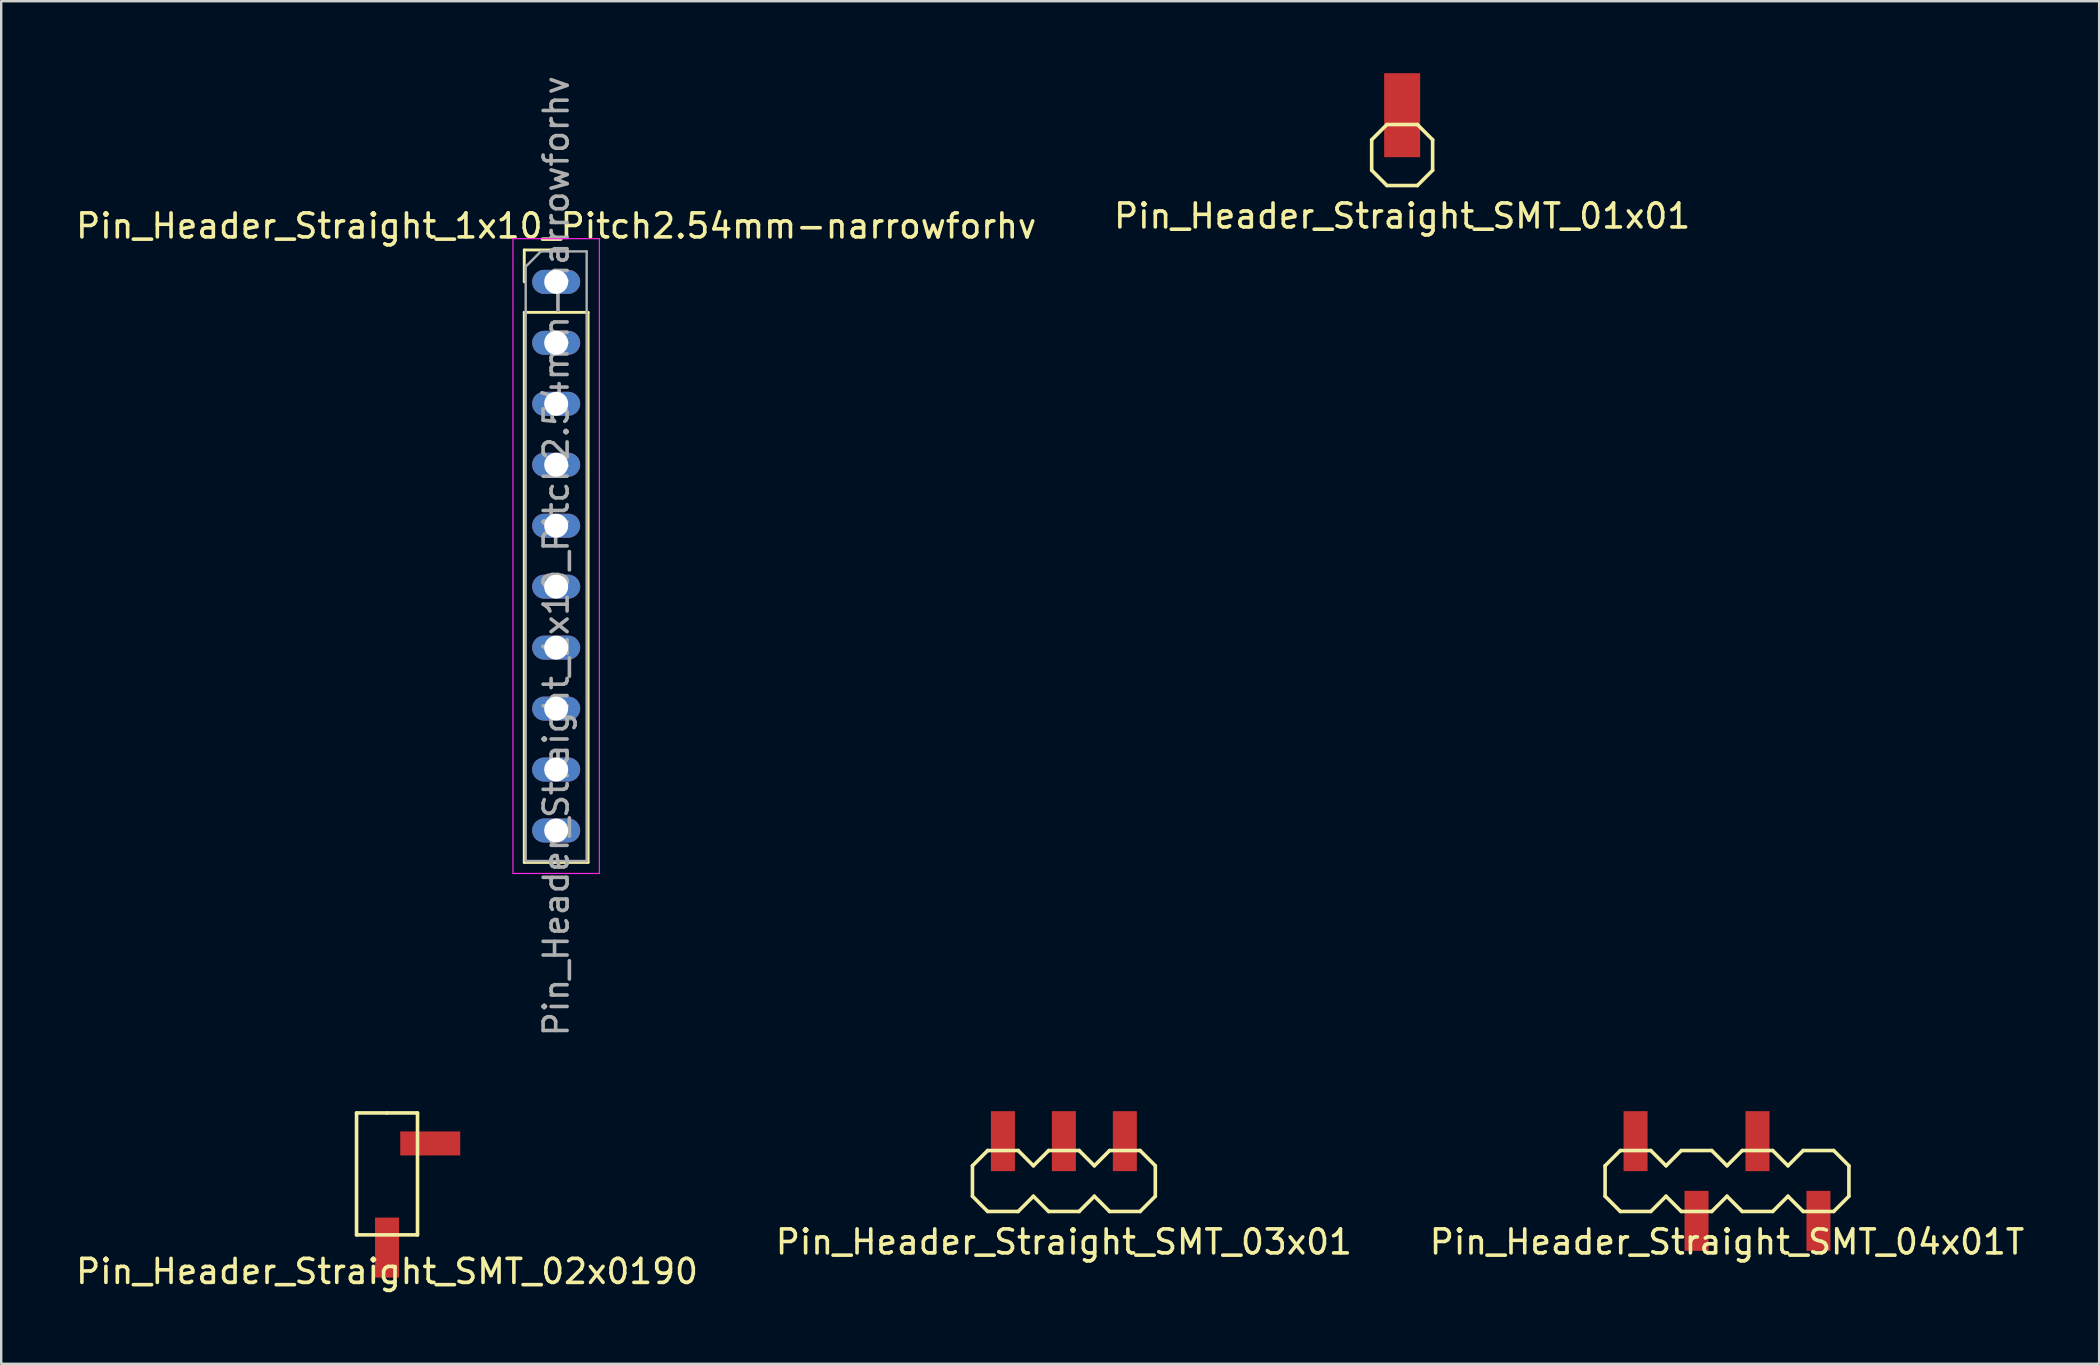
<source format=kicad_pcb>
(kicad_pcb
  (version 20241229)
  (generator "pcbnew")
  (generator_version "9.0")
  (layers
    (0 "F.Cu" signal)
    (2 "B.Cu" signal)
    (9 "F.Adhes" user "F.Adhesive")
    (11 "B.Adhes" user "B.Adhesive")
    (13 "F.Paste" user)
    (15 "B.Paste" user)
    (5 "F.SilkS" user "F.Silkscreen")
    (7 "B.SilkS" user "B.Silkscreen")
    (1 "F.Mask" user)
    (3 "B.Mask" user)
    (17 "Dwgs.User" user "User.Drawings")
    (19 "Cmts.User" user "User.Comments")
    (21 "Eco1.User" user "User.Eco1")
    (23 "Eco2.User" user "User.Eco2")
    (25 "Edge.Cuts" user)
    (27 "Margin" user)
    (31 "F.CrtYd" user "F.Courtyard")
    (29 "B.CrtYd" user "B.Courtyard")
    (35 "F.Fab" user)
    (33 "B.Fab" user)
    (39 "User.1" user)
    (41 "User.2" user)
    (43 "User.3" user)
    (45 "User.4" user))
  (footprint "Pin_Header_Straight_SMT_02x0190"
    (layer "F.Cu")
    (at 13.077 45.865)
    (property "Reference" "Pin_Header_Straight_SMT_02x0190" (at 0 4.064 0) (layer "F.SilkS") (effects (font (size 1 1) (thickness 0.15))))
    (attr smd)
    (fp_line (start -1.27 -2.54) (end -1.27 2.54) (stroke (width 0.15) (type solid)) (layer "F.SilkS"))
    (fp_line (start -1.27 2.54) (end 1.27 2.54) (stroke (width 0.15) (type solid)) (layer "F.SilkS"))
    (fp_line (start 0 -2.54) (end -1.27 -2.54) (stroke (width 0.15) (type solid)) (layer "F.SilkS"))
    (fp_line (start 1.27 -2.54) (end 0 -2.54) (stroke (width 0.15) (type solid)) (layer "F.SilkS"))
    (fp_line (start 1.27 2.54) (end 1.27 -2.54) (stroke (width 0.15) (type solid)) (layer "F.SilkS"))
    (pad "1" smd rect (at 1.8 -1.27) (size 2.5 1) (layers "F.Cu" "F.Mask" "F.Paste"))
    (pad "2" smd rect (at 0 3.07) (size 1 2.5) (layers "F.Cu" "F.Mask" "F.Paste")))
  (footprint "Pin_Header_Straight_SMT_04x01T"
    (layer "F.Cu")
    (at 68.911 46.16)
    (property "Reference" "Pin_Header_Straight_SMT_04x01T" (at 0 2.54 0) (layer "F.SilkS") (effects (font (size 1 1) (thickness 0.15))))
    (attr smd)
    (fp_line (start -5.08 -0.635) (end -5.08 0.635) (stroke (width 0.15) (type solid)) (layer "F.SilkS"))
    (fp_line (start -5.08 0.635) (end -4.445 1.27) (stroke (width 0.15) (type solid)) (layer "F.SilkS"))
    (fp_line (start -4.445 -1.27) (end -5.08 -0.635) (stroke (width 0.15) (type solid)) (layer "F.SilkS"))
    (fp_line (start -4.445 1.27) (end -3.175 1.27) (stroke (width 0.15) (type solid)) (layer "F.SilkS"))
    (fp_line (start -3.175 -1.27) (end -4.445 -1.27) (stroke (width 0.15) (type solid)) (layer "F.SilkS"))
    (fp_line (start -3.175 1.27) (end -2.54 0.635) (stroke (width 0.15) (type solid)) (layer "F.SilkS"))
    (fp_line (start -2.54 -0.635) (end -3.175 -1.27) (stroke (width 0.15) (type solid)) (layer "F.SilkS"))
    (fp_line (start -2.54 0.635) (end -1.905 1.27) (stroke (width 0.15) (type solid)) (layer "F.SilkS"))
    (fp_line (start -1.905 -1.27) (end -2.54 -0.635) (stroke (width 0.15) (type solid)) (layer "F.SilkS"))
    (fp_line (start -1.905 1.27) (end -0.635 1.27) (stroke (width 0.15) (type solid)) (layer "F.SilkS"))
    (fp_line (start -0.635 -1.27) (end -1.905 -1.27) (stroke (width 0.15) (type solid)) (layer "F.SilkS"))
    (fp_line (start -0.635 1.27) (end 0 0.635) (stroke (width 0.15) (type solid)) (layer "F.SilkS"))
    (fp_line (start 0 -0.635) (end -0.635 -1.27) (stroke (width 0.15) (type solid)) (layer "F.SilkS"))
    (fp_line (start 0 0.635) (end 0.635 1.27) (stroke (width 0.15) (type solid)) (layer "F.SilkS"))
    (fp_line (start 0.635 -1.27) (end 0 -0.635) (stroke (width 0.15) (type solid)) (layer "F.SilkS"))
    (fp_line (start 0.635 1.27) (end 1.905 1.27) (stroke (width 0.15) (type solid)) (layer "F.SilkS"))
    (fp_line (start 1.905 -1.27) (end 0.635 -1.27) (stroke (width 0.15) (type solid)) (layer "F.SilkS"))
    (fp_line (start 1.905 1.27) (end 2.54 0.635) (stroke (width 0.15) (type solid)) (layer "F.SilkS"))
    (fp_line (start 2.54 -0.635) (end 1.905 -1.27) (stroke (width 0.15) (type solid)) (layer "F.SilkS"))
    (fp_line (start 2.54 -0.635) (end 3.175 -1.27) (stroke (width 0.15) (type solid)) (layer "F.SilkS"))
    (fp_line (start 3.175 -1.27) (end 4.445 -1.27) (stroke (width 0.15) (type solid)) (layer "F.SilkS"))
    (fp_line (start 3.175 1.27) (end 2.54 0.635) (stroke (width 0.15) (type solid)) (layer "F.SilkS"))
    (fp_line (start 4.445 -1.27) (end 5.08 -0.635) (stroke (width 0.15) (type solid)) (layer "F.SilkS"))
    (fp_line (start 4.445 1.27) (end 3.175 1.27) (stroke (width 0.15) (type solid)) (layer "F.SilkS"))
    (fp_line (start 5.08 -0.635) (end 5.08 0.635) (stroke (width 0.15) (type solid)) (layer "F.SilkS"))
    (fp_line (start 5.08 0.635) (end 4.445 1.27) (stroke (width 0.15) (type solid)) (layer "F.SilkS"))
    (pad "1" smd rect (at -3.81 -1.66) (size 1 2.5) (layers "F.Cu" "F.Mask" "F.Paste"))
    (pad "2" smd rect (at -1.27 1.66) (size 1 2.5) (layers "F.Cu" "F.Mask" "F.Paste"))
    (pad "3" smd rect (at 1.27 -1.66) (size 1 2.5) (layers "F.Cu" "F.Mask" "F.Paste"))
    (pad "4" smd rect (at 3.81 1.66) (size 1 2.5) (layers "F.Cu" "F.Mask" "F.Paste")))
  (footprint "Pin_Header_Straight_SMT_03x01"
    (layer "F.Cu")
    (at 41.28 46.16)
    (property "Reference" "Pin_Header_Straight_SMT_03x01" (at 0 2.54 0) (layer "F.SilkS") (effects (font (size 1 1) (thickness 0.15))))
    (attr smd)
    (fp_line (start -3.81 -0.635) (end -3.81 0.635) (stroke (width 0.15) (type solid)) (layer "F.SilkS"))
    (fp_line (start -3.81 0.635) (end -3.175 1.27) (stroke (width 0.15) (type solid)) (layer "F.SilkS"))
    (fp_line (start -3.175 -1.27) (end -3.81 -0.635) (stroke (width 0.15) (type solid)) (layer "F.SilkS"))
    (fp_line (start -3.175 1.27) (end -1.905 1.27) (stroke (width 0.15) (type solid)) (layer "F.SilkS"))
    (fp_line (start -1.905 -1.27) (end -3.175 -1.27) (stroke (width 0.15) (type solid)) (layer "F.SilkS"))
    (fp_line (start -1.905 1.27) (end -1.27 0.635) (stroke (width 0.15) (type solid)) (layer "F.SilkS"))
    (fp_line (start -1.27 -0.635) (end -1.905 -1.27) (stroke (width 0.15) (type solid)) (layer "F.SilkS"))
    (fp_line (start -1.27 0.635) (end -0.635 1.27) (stroke (width 0.15) (type solid)) (layer "F.SilkS"))
    (fp_line (start -0.635 -1.27) (end -1.27 -0.635) (stroke (width 0.15) (type solid)) (layer "F.SilkS"))
    (fp_line (start -0.635 1.27) (end 0.635 1.27) (stroke (width 0.15) (type solid)) (layer "F.SilkS"))
    (fp_line (start 0.635 -1.27) (end -0.635 -1.27) (stroke (width 0.15) (type solid)) (layer "F.SilkS"))
    (fp_line (start 0.635 1.27) (end 1.27 0.635) (stroke (width 0.15) (type solid)) (layer "F.SilkS"))
    (fp_line (start 1.27 -0.635) (end 0.635 -1.27) (stroke (width 0.15) (type solid)) (layer "F.SilkS"))
    (fp_line (start 1.27 0.635) (end 1.905 1.27) (stroke (width 0.15) (type solid)) (layer "F.SilkS"))
    (fp_line (start 1.905 -1.27) (end 1.27 -0.635) (stroke (width 0.15) (type solid)) (layer "F.SilkS"))
    (fp_line (start 1.905 1.27) (end 3.175 1.27) (stroke (width 0.15) (type solid)) (layer "F.SilkS"))
    (fp_line (start 3.175 -1.27) (end 1.905 -1.27) (stroke (width 0.15) (type solid)) (layer "F.SilkS"))
    (fp_line (start 3.175 1.27) (end 3.81 0.635) (stroke (width 0.15) (type solid)) (layer "F.SilkS"))
    (fp_line (start 3.81 -0.635) (end 3.175 -1.27) (stroke (width 0.15) (type solid)) (layer "F.SilkS"))
    (fp_line (start 3.81 0.635) (end 3.81 -0.635) (stroke (width 0.15) (type solid)) (layer "F.SilkS"))
    (pad "1" smd rect (at -2.54 -1.66) (size 1 2.5) (layers "F.Cu" "F.Mask" "F.Paste"))
    (pad "2" smd rect (at 0 -1.66) (size 1 2.5) (layers "F.Cu" "F.Mask" "F.Paste"))
    (pad "3" smd rect (at 2.54 -1.66) (size 1 2.5) (layers "F.Cu" "F.Mask" "F.Paste")))
  (footprint "Pin_Header_Straight_SMT_01x01"
    (layer "F.Cu")
    (at 55.375 3.41)
    (property "Reference" "Pin_Header_Straight_SMT_01x01" (at 0 2.54 0) (layer "F.SilkS") (effects (font (size 1 1) (thickness 0.15))))
    (attr smd)
    (fp_line (start -1.27 0.635) (end -1.27 -0.635) (stroke (width 0.15) (type solid)) (layer "F.SilkS"))
    (fp_line (start -1.27 0.635) (end -0.635 1.27) (stroke (width 0.15) (type solid)) (layer "F.SilkS"))
    (fp_line (start -0.635 -1.27) (end -1.27 -0.635) (stroke (width 0.15) (type solid)) (layer "F.SilkS"))
    (fp_line (start -0.635 1.27) (end 0.635 1.27) (stroke (width 0.15) (type solid)) (layer "F.SilkS"))
    (fp_line (start 0.635 -1.27) (end -0.635 -1.27) (stroke (width 0.15) (type solid)) (layer "F.SilkS"))
    (fp_line (start 0.635 1.27) (end 1.27 0.635) (stroke (width 0.15) (type solid)) (layer "F.SilkS"))
    (fp_line (start 1.27 -0.635) (end 0.635 -1.27) (stroke (width 0.15) (type solid)) (layer "F.SilkS"))
    (fp_line (start 1.27 -0.635) (end 1.27 0.635) (stroke (width 0.15) (type solid)) (layer "F.SilkS"))
    (pad "1" smd rect (at 0 -1.66) (size 1.5 3.5) (layers "F.Cu" "F.Mask" "F.Paste")))
  (footprint "Pin_Header_Straight_1x10_Pitch2.54mm-narrowforhv"
    (layer "F.Cu")
    (at 20.125 8.695)
    (property "Reference" "Pin_Header_Straight_1x10_Pitch2.54mm-narrowforhv" (at 0 -2.33 0) (layer "F.SilkS") (effects (font (size 1 1) (thickness 0.15))))
    (attr through_hole)
    (fp_line (start -1.33 -1.33) (end 0 -1.33) (stroke (width 0.12) (type solid)) (layer "F.SilkS"))
    (fp_line (start -1.33 0) (end -1.33 -1.33) (stroke (width 0.12) (type solid)) (layer "F.SilkS"))
    (fp_line (start -1.33 1.27) (end -1.33 24.19) (stroke (width 0.12) (type solid)) (layer "F.SilkS"))
    (fp_line (start -1.33 1.27) (end 1.33 1.27) (stroke (width 0.12) (type solid)) (layer "F.SilkS"))
    (fp_line (start -1.33 24.19) (end 1.33 24.19) (stroke (width 0.12) (type solid)) (layer "F.SilkS"))
    (fp_line (start 1.33 1.27) (end 1.33 24.19) (stroke (width 0.12) (type solid)) (layer "F.SilkS"))
    (fp_line (start -1.8 -1.8) (end -1.8 24.65) (stroke (width 0.05) (type solid)) (layer "F.CrtYd"))
    (fp_line (start -1.8 24.65) (end 1.8 24.65) (stroke (width 0.05) (type solid)) (layer "F.CrtYd"))
    (fp_line (start 1.8 -1.8) (end -1.8 -1.8) (stroke (width 0.05) (type solid)) (layer "F.CrtYd"))
    (fp_line (start 1.8 24.65) (end 1.8 -1.8) (stroke (width 0.05) (type solid)) (layer "F.CrtYd"))
    (fp_line (start -1.27 -0.635) (end -0.635 -1.27) (stroke (width 0.1) (type solid)) (layer "F.Fab"))
    (fp_line (start -1.27 24.13) (end -1.27 -0.635) (stroke (width 0.1) (type solid)) (layer "F.Fab"))
    (fp_line (start -0.635 -1.27) (end 1.27 -1.27) (stroke (width 0.1) (type solid)) (layer "F.Fab"))
    (fp_line (start 1.27 -1.27) (end 1.27 24.13) (stroke (width 0.1) (type solid)) (layer "F.Fab"))
    (fp_line (start 1.27 24.13) (end -1.27 24.13) (stroke (width 0.1) (type solid)) (layer "F.Fab"))
    (fp_text user "${REFERENCE}" (at 0 11.43 90) (layer "F.Fab") (effects (font (size 1 1) (thickness 0.15))))
    (pad "1" thru_hole oval (at 0 0) (size 2 1) (drill 1) (layers "*.Cu" "*.Mask"))
    (pad "2" thru_hole oval (at 0 2.54) (size 2 1) (drill 1) (layers "*.Cu" "*.Mask"))
    (pad "3" thru_hole oval (at 0 5.08) (size 2 1) (drill 1) (layers "*.Cu" "*.Mask"))
    (pad "4" thru_hole oval (at 0 7.62) (size 2 1) (drill 1) (layers "*.Cu" "*.Mask"))
    (pad "5" thru_hole oval (at 0 10.16) (size 2 1) (drill 1) (layers "*.Cu" "*.Mask"))
    (pad "6" thru_hole oval (at 0 12.7) (size 2 1) (drill 1) (layers "*.Cu" "*.Mask"))
    (pad "7" thru_hole oval (at 0 15.24) (size 2 1) (drill 1) (layers "*.Cu" "*.Mask"))
    (pad "8" thru_hole oval (at 0 17.78) (size 2 1) (drill 1) (layers "*.Cu" "*.Mask"))
    (pad "9" thru_hole oval (at 0 20.32) (size 2 1) (drill 1) (layers "*.Cu" "*.Mask"))
    (pad "10" thru_hole oval (at 0 22.86) (size 2 1) (drill 1) (layers "*.Cu" "*.Mask")))
  (gr_rect
    (start -3 -3)
    (end 84.417 53.777)
    (stroke (width 0.1) (type default))
    (fill no)
    (layer "Edge.Cuts")))
</source>
